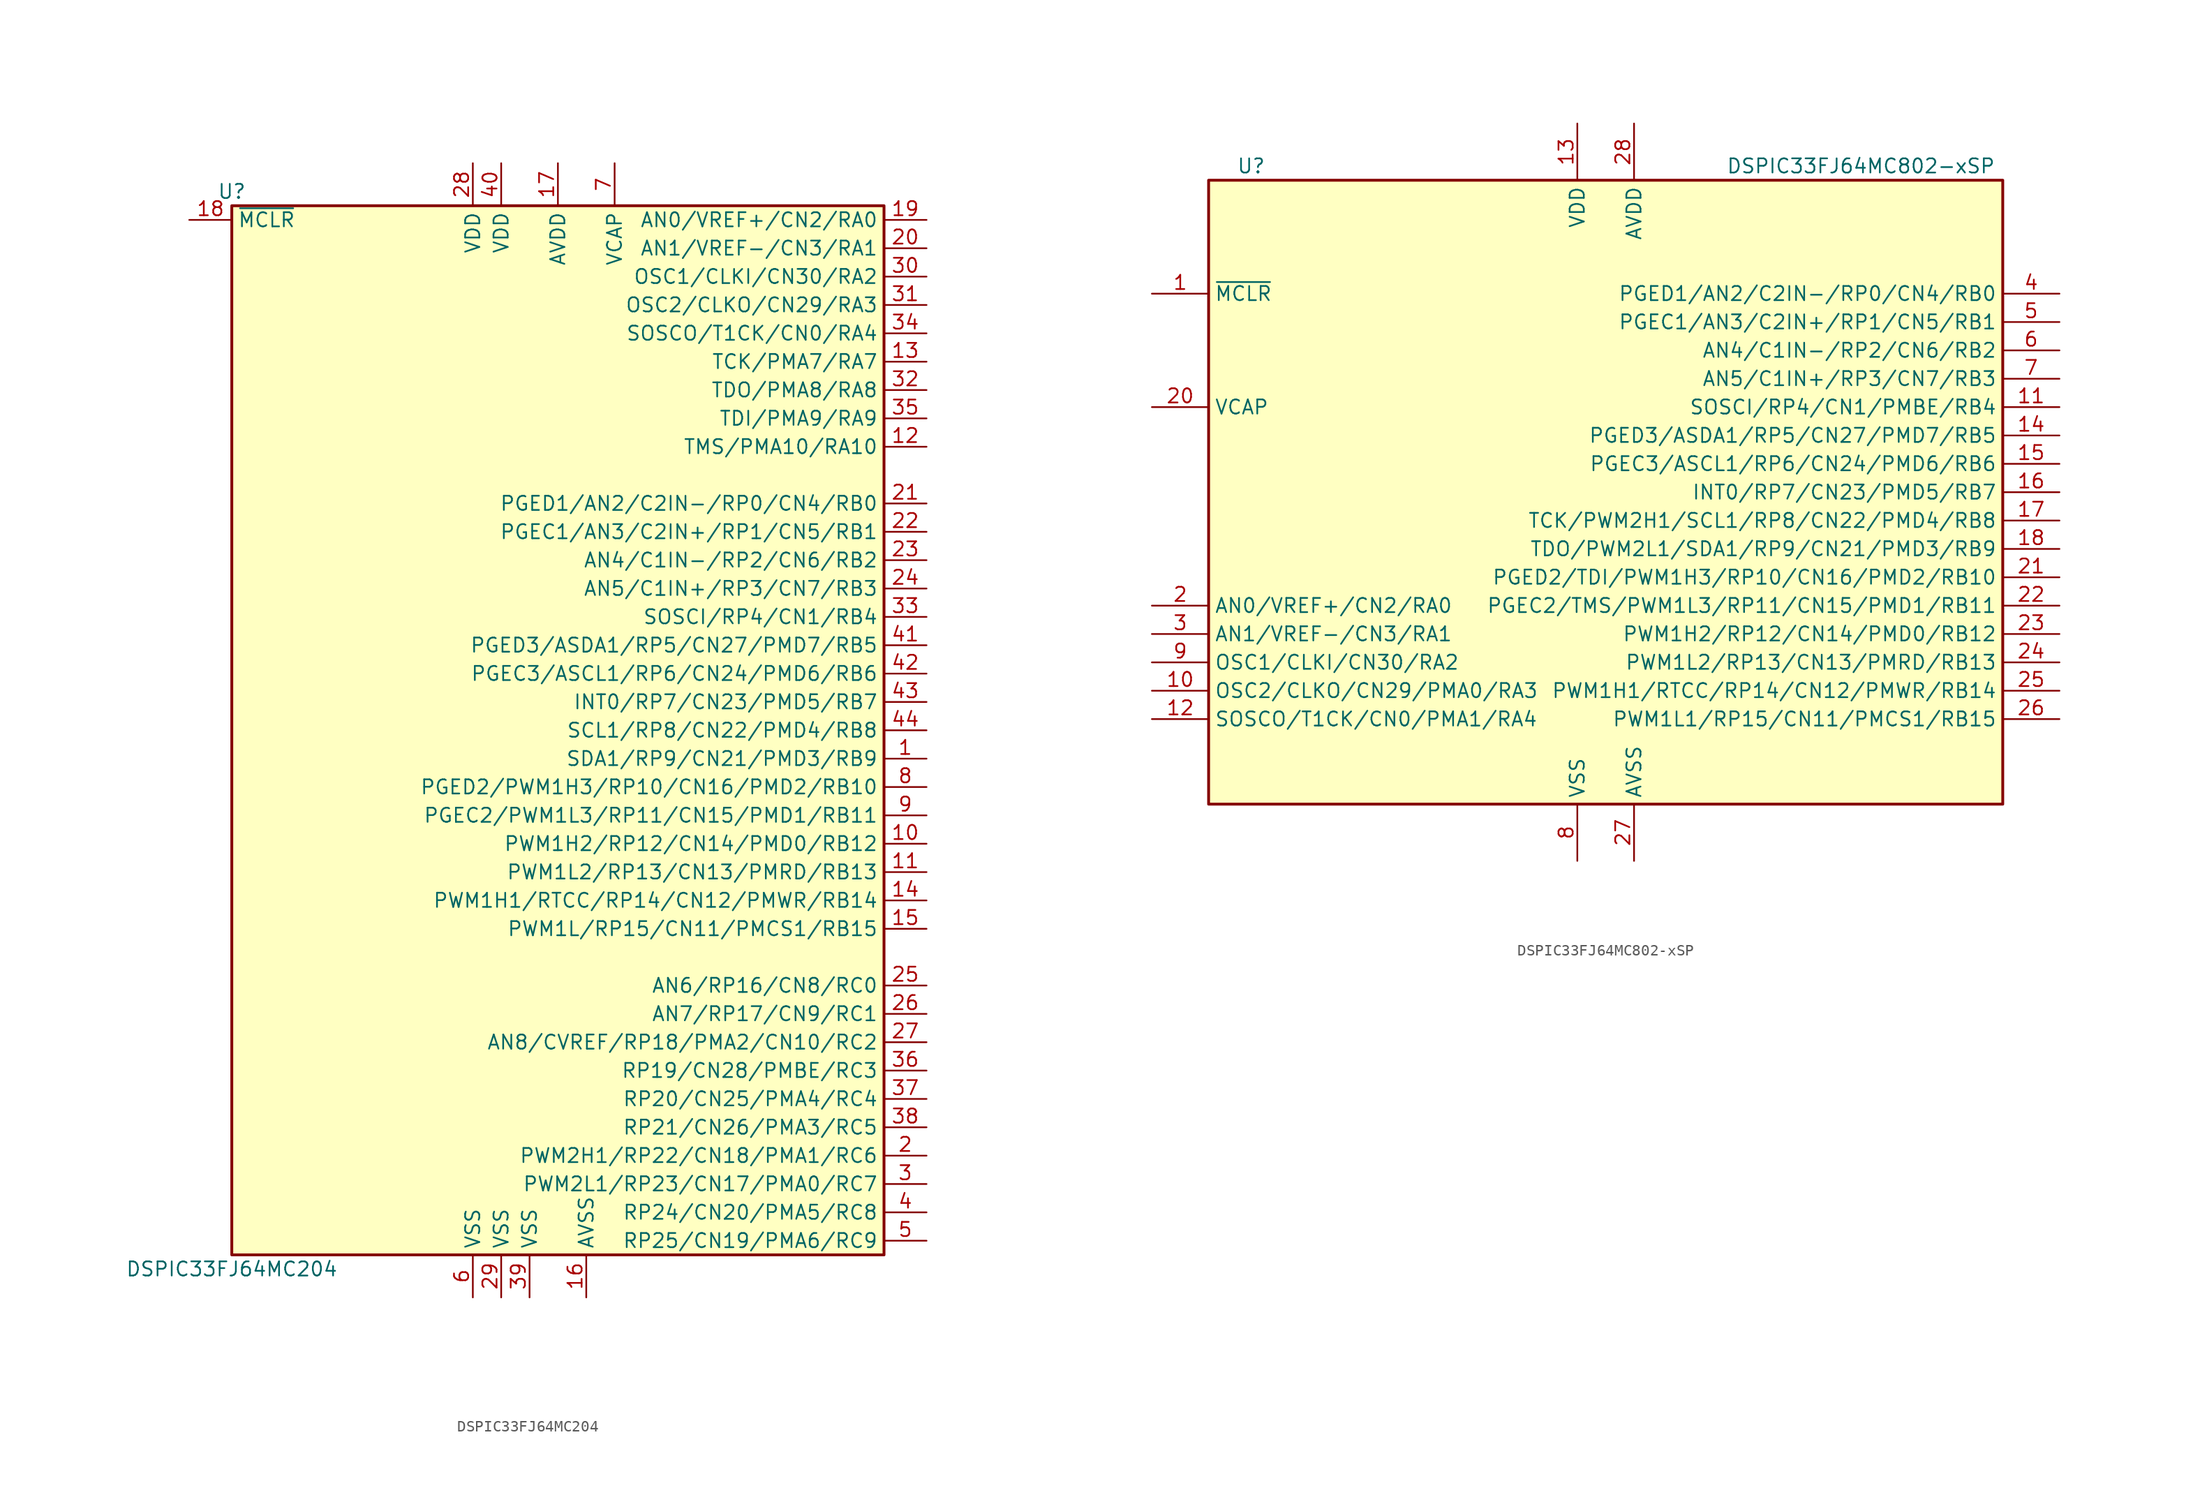
<source format=kicad_sym>
(kicad_symbol_lib
  (version 20211014)
  (generator kicad_symbol_editor)
  (symbol "DSPIC33FJ64MC204"
    (property "Reference" "U"
      (at -29.21 48.26 0)
      (effects (font (size 1.27 1.27))))
    (property "Value" "DSPIC33FJ64MC204"
      (at -29.21 -48.26 0)
      (effects (font (size 1.27 1.27))))
    (symbol "DSPIC33FJ64MC204_1_1"
      (rectangle (start -29.21 46.99) (end 29.21 -46.99) (stroke (width 0.254) (type default) (color 0 0 0 0)) (fill (type background)))
      (pin bidirectional line (at 33.02 -2.54 180) (length 3.81) (name "SDA1/RP9/CN21/PMD3/RB9" (effects (font (size 1.27 1.27)))) (number "1" (effects (font (size 1.27 1.27)))))
      (pin bidirectional line (at 33.02 -10.16 180) (length 3.81) (name "PWM1H2/RP12/CN14/PMD0/RB12" (effects (font (size 1.27 1.27)))) (number "10" (effects (font (size 1.27 1.27)))))
      (pin bidirectional line (at 33.02 -12.7 180) (length 3.81) (name "PWM1L2/RP13/CN13/PMRD/RB13" (effects (font (size 1.27 1.27)))) (number "11" (effects (font (size 1.27 1.27)))))
      (pin bidirectional line (at 33.02 25.4 180) (length 3.81) (name "TMS/PMA10/RA10" (effects (font (size 1.27 1.27)))) (number "12" (effects (font (size 1.27 1.27)))))
      (pin bidirectional line (at 33.02 33.02 180) (length 3.81) (name "TCK/PMA7/RA7" (effects (font (size 1.27 1.27)))) (number "13" (effects (font (size 1.27 1.27)))))
      (pin bidirectional line (at 33.02 -15.24 180) (length 3.81) (name "PWM1H1/RTCC/RP14/CN12/PMWR/RB14" (effects (font (size 1.27 1.27)))) (number "14" (effects (font (size 1.27 1.27)))))
      (pin bidirectional line (at 33.02 -17.78 180) (length 3.81) (name "PWM1L/RP15/CN11/PMCS1/RB15" (effects (font (size 1.27 1.27)))) (number "15" (effects (font (size 1.27 1.27)))))
      (pin power_in line (at 2.54 -50.8 90) (length 3.81) (name "AVSS" (effects (font (size 1.27 1.27)))) (number "16" (effects (font (size 1.27 1.27)))))
      (pin power_in line (at 0 50.8 270) (length 3.81) (name "AVDD" (effects (font (size 1.27 1.27)))) (number "17" (effects (font (size 1.27 1.27)))))
      (pin input line (at -33.02 45.72 0) (length 3.81) (name "~{MCLR}" (effects (font (size 1.27 1.27)))) (number "18" (effects (font (size 1.27 1.27)))))
      (pin bidirectional line (at 33.02 45.72 180) (length 3.81) (name "AN0/VREF+/CN2/RA0" (effects (font (size 1.27 1.27)))) (number "19" (effects (font (size 1.27 1.27)))))
      (pin bidirectional line (at 33.02 -38.1 180) (length 3.81) (name "PWM2H1/RP22/CN18/PMA1/RC6" (effects (font (size 1.27 1.27)))) (number "2" (effects (font (size 1.27 1.27)))))
      (pin bidirectional line (at 33.02 43.18 180) (length 3.81) (name "AN1/VREF-/CN3/RA1" (effects (font (size 1.27 1.27)))) (number "20" (effects (font (size 1.27 1.27)))))
      (pin bidirectional line (at 33.02 20.32 180) (length 3.81) (name "PGED1/AN2/C2IN-/RP0/CN4/RB0" (effects (font (size 1.27 1.27)))) (number "21" (effects (font (size 1.27 1.27)))))
      (pin bidirectional line (at 33.02 17.78 180) (length 3.81) (name "PGEC1/AN3/C2IN+/RP1/CN5/RB1" (effects (font (size 1.27 1.27)))) (number "22" (effects (font (size 1.27 1.27)))))
      (pin bidirectional line (at 33.02 15.24 180) (length 3.81) (name "AN4/C1IN-/RP2/CN6/RB2" (effects (font (size 1.27 1.27)))) (number "23" (effects (font (size 1.27 1.27)))))
      (pin bidirectional line (at 33.02 12.7 180) (length 3.81) (name "AN5/C1IN+/RP3/CN7/RB3" (effects (font (size 1.27 1.27)))) (number "24" (effects (font (size 1.27 1.27)))))
      (pin bidirectional line (at 33.02 -22.86 180) (length 3.81) (name "AN6/RP16/CN8/RC0" (effects (font (size 1.27 1.27)))) (number "25" (effects (font (size 1.27 1.27)))))
      (pin bidirectional line (at 33.02 -25.4 180) (length 3.81) (name "AN7/RP17/CN9/RC1" (effects (font (size 1.27 1.27)))) (number "26" (effects (font (size 1.27 1.27)))))
      (pin bidirectional line (at 33.02 -27.94 180) (length 3.81) (name "AN8/CVREF/RP18/PMA2/CN10/RC2" (effects (font (size 1.27 1.27)))) (number "27" (effects (font (size 1.27 1.27)))))
      (pin power_in line (at -7.62 50.8 270) (length 3.81) (name "VDD" (effects (font (size 1.27 1.27)))) (number "28" (effects (font (size 1.27 1.27)))))
      (pin power_in line (at -5.08 -50.8 90) (length 3.81) (name "VSS" (effects (font (size 1.27 1.27)))) (number "29" (effects (font (size 1.27 1.27)))))
      (pin bidirectional line (at 33.02 -40.64 180) (length 3.81) (name "PWM2L1/RP23/CN17/PMA0/RC7" (effects (font (size 1.27 1.27)))) (number "3" (effects (font (size 1.27 1.27)))))
      (pin input line (at 33.02 40.64 180) (length 3.81) (name "OSC1/CLKI/CN30/RA2" (effects (font (size 1.27 1.27)))) (number "30" (effects (font (size 1.27 1.27)))))
      (pin input line (at 33.02 38.1 180) (length 3.81) (name "OSC2/CLKO/CN29/RA3" (effects (font (size 1.27 1.27)))) (number "31" (effects (font (size 1.27 1.27)))))
      (pin input line (at 33.02 30.48 180) (length 3.81) (name "TDO/PMA8/RA8" (effects (font (size 1.27 1.27)))) (number "32" (effects (font (size 1.27 1.27)))))
      (pin input line (at 33.02 10.16 180) (length 3.81) (name "SOSCI/RP4/CN1/RB4" (effects (font (size 1.27 1.27)))) (number "33" (effects (font (size 1.27 1.27)))))
      (pin input line (at 33.02 35.56 180) (length 3.81) (name "SOSCO/T1CK/CN0/RA4" (effects (font (size 1.27 1.27)))) (number "34" (effects (font (size 1.27 1.27)))))
      (pin input line (at 33.02 27.94 180) (length 3.81) (name "TDI/PMA9/RA9" (effects (font (size 1.27 1.27)))) (number "35" (effects (font (size 1.27 1.27)))))
      (pin input line (at 33.02 -30.48 180) (length 3.81) (name "RP19/CN28/PMBE/RC3" (effects (font (size 1.27 1.27)))) (number "36" (effects (font (size 1.27 1.27)))))
      (pin input line (at 33.02 -33.02 180) (length 3.81) (name "RP20/CN25/PMA4/RC4" (effects (font (size 1.27 1.27)))) (number "37" (effects (font (size 1.27 1.27)))))
      (pin input line (at 33.02 -35.56 180) (length 3.81) (name "RP21/CN26/PMA3/RC5" (effects (font (size 1.27 1.27)))) (number "38" (effects (font (size 1.27 1.27)))))
      (pin power_in line (at -2.54 -50.8 90) (length 3.81) (name "VSS" (effects (font (size 1.27 1.27)))) (number "39" (effects (font (size 1.27 1.27)))))
      (pin bidirectional line (at 33.02 -43.18 180) (length 3.81) (name "RP24/CN20/PMA5/RC8" (effects (font (size 1.27 1.27)))) (number "4" (effects (font (size 1.27 1.27)))))
      (pin power_in line (at -5.08 50.8 270) (length 3.81) (name "VDD" (effects (font (size 1.27 1.27)))) (number "40" (effects (font (size 1.27 1.27)))))
      (pin input line (at 33.02 7.62 180) (length 3.81) (name "PGED3/ASDA1/RP5/CN27/PMD7/RB5" (effects (font (size 1.27 1.27)))) (number "41" (effects (font (size 1.27 1.27)))))
      (pin input line (at 33.02 5.08 180) (length 3.81) (name "PGEC3/ASCL1/RP6/CN24/PMD6/RB6" (effects (font (size 1.27 1.27)))) (number "42" (effects (font (size 1.27 1.27)))))
      (pin input line (at 33.02 2.54 180) (length 3.81) (name "INT0/RP7/CN23/PMD5/RB7" (effects (font (size 1.27 1.27)))) (number "43" (effects (font (size 1.27 1.27)))))
      (pin input line (at 33.02 0 180) (length 3.81) (name "SCL1/RP8/CN22/PMD4/RB8" (effects (font (size 1.27 1.27)))) (number "44" (effects (font (size 1.27 1.27)))))
      (pin bidirectional line (at 33.02 -45.72 180) (length 3.81) (name "RP25/CN19/PMA6/RC9" (effects (font (size 1.27 1.27)))) (number "5" (effects (font (size 1.27 1.27)))))
      (pin power_in line (at -7.62 -50.8 90) (length 3.81) (name "VSS" (effects (font (size 1.27 1.27)))) (number "6" (effects (font (size 1.27 1.27)))))
      (pin power_in line (at 5.08 50.8 270) (length 3.81) (name "VCAP" (effects (font (size 1.27 1.27)))) (number "7" (effects (font (size 1.27 1.27)))))
      (pin bidirectional line (at 33.02 -5.08 180) (length 3.81) (name "PGED2/PWM1H3/RP10/CN16/PMD2/RB10" (effects (font (size 1.27 1.27)))) (number "8" (effects (font (size 1.27 1.27)))))
      (pin bidirectional line (at 33.02 -7.62 180) (length 3.81) (name "PGEC2/PWM1L3/RP11/CN15/PMD1/RB11" (effects (font (size 1.27 1.27)))) (number "9" (effects (font (size 1.27 1.27)))))))
  (symbol "DSPIC33FJ64MC802-xSP"
    (property "Reference" "U"
      (at -31.75 29.21 0)
      (effects (font (size 1.27 1.27))))
    (property "Value" "DSPIC33FJ64MC802-xSP"
      (at 22.86 29.21 0)
      (effects (font (size 1.27 1.27))))
    (symbol "DSPIC33FJ64MC802-xSP_0_1"
      (rectangle (start -35.56 27.94) (end 35.56 -27.94) (stroke (width 0.254) (type default) (color 0 0 0 0)) (fill (type background))))
    (symbol "DSPIC33FJ64MC802-xSP_1_1"
      (pin input line (at -40.64 17.78 0) (length 5.08) (name "~{MCLR}" (effects (font (size 1.27 1.27)))) (number "1" (effects (font (size 1.27 1.27)))))
      (pin bidirectional line (at -40.64 -17.78 0) (length 5.08) (name "OSC2/CLKO/CN29/PMA0/RA3" (effects (font (size 1.27 1.27)))) (number "10" (effects (font (size 1.27 1.27)))))
      (pin bidirectional line (at 40.64 7.62 180) (length 5.08) (name "SOSCI/RP4/CN1/PMBE/RB4" (effects (font (size 1.27 1.27)))) (number "11" (effects (font (size 1.27 1.27)))))
      (pin bidirectional line (at -40.64 -20.32 0) (length 5.08) (name "SOSCO/T1CK/CN0/PMA1/RA4" (effects (font (size 1.27 1.27)))) (number "12" (effects (font (size 1.27 1.27)))))
      (pin power_in line (at -2.54 33.02 270) (length 5.08) (name "VDD" (effects (font (size 1.27 1.27)))) (number "13" (effects (font (size 1.27 1.27)))))
      (pin bidirectional line (at 40.64 5.08 180) (length 5.08) (name "PGED3/ASDA1/RP5/CN27/PMD7/RB5" (effects (font (size 1.27 1.27)))) (number "14" (effects (font (size 1.27 1.27)))))
      (pin bidirectional line (at 40.64 2.54 180) (length 5.08) (name "PGEC3/ASCL1/RP6/CN24/PMD6/RB6" (effects (font (size 1.27 1.27)))) (number "15" (effects (font (size 1.27 1.27)))))
      (pin bidirectional line (at 40.64 0 180) (length 5.08) (name "INT0/RP7/CN23/PMD5/RB7" (effects (font (size 1.27 1.27)))) (number "16" (effects (font (size 1.27 1.27)))))
      (pin bidirectional line (at 40.64 -2.54 180) (length 5.08) (name "TCK/PWM2H1/SCL1/RP8/CN22/PMD4/RB8" (effects (font (size 1.27 1.27)))) (number "17" (effects (font (size 1.27 1.27)))))
      (pin bidirectional line (at 40.64 -5.08 180) (length 5.08) (name "TDO/PWM2L1/SDA1/RP9/CN21/PMD3/RB9" (effects (font (size 1.27 1.27)))) (number "18" (effects (font (size 1.27 1.27)))))
      (pin passive line (at -2.54 -33.02 90) (length 5.08) hide (name "VSS" (effects (font (size 1.27 1.27)))) (number "19" (effects (font (size 1.27 1.27)))))
      (pin bidirectional line (at -40.64 -10.16 0) (length 5.08) (name "AN0/VREF+/CN2/RA0" (effects (font (size 1.27 1.27)))) (number "2" (effects (font (size 1.27 1.27)))))
      (pin passive line (at -40.64 7.62 0) (length 5.08) (name "VCAP" (effects (font (size 1.27 1.27)))) (number "20" (effects (font (size 1.27 1.27)))))
      (pin bidirectional line (at 40.64 -7.62 180) (length 5.08) (name "PGED2/TDI/PWM1H3/RP10/CN16/PMD2/RB10" (effects (font (size 1.27 1.27)))) (number "21" (effects (font (size 1.27 1.27)))))
      (pin bidirectional line (at 40.64 -10.16 180) (length 5.08) (name "PGEC2/TMS/PWM1L3/RP11/CN15/PMD1/RB11" (effects (font (size 1.27 1.27)))) (number "22" (effects (font (size 1.27 1.27)))))
      (pin bidirectional line (at 40.64 -12.7 180) (length 5.08) (name "PWM1H2/RP12/CN14/PMD0/RB12" (effects (font (size 1.27 1.27)))) (number "23" (effects (font (size 1.27 1.27)))))
      (pin bidirectional line (at 40.64 -15.24 180) (length 5.08) (name "PWM1L2/RP13/CN13/PMRD/RB13" (effects (font (size 1.27 1.27)))) (number "24" (effects (font (size 1.27 1.27)))))
      (pin bidirectional line (at 40.64 -17.78 180) (length 5.08) (name "PWM1H1/RTCC/RP14/CN12/PMWR/RB14" (effects (font (size 1.27 1.27)))) (number "25" (effects (font (size 1.27 1.27)))))
      (pin bidirectional line (at 40.64 -20.32 180) (length 5.08) (name "PWM1L1/RP15/CN11/PMCS1/RB15" (effects (font (size 1.27 1.27)))) (number "26" (effects (font (size 1.27 1.27)))))
      (pin power_in line (at 2.54 -33.02 90) (length 5.08) (name "AVSS" (effects (font (size 1.27 1.27)))) (number "27" (effects (font (size 1.27 1.27)))))
      (pin power_in line (at 2.54 33.02 270) (length 5.08) (name "AVDD" (effects (font (size 1.27 1.27)))) (number "28" (effects (font (size 1.27 1.27)))))
      (pin bidirectional line (at -40.64 -12.7 0) (length 5.08) (name "AN1/VREF-/CN3/RA1" (effects (font (size 1.27 1.27)))) (number "3" (effects (font (size 1.27 1.27)))))
      (pin bidirectional line (at 40.64 17.78 180) (length 5.08) (name "PGED1/AN2/C2IN-/RP0/CN4/RB0" (effects (font (size 1.27 1.27)))) (number "4" (effects (font (size 1.27 1.27)))))
      (pin bidirectional line (at 40.64 15.24 180) (length 5.08) (name "PGEC1/AN3/C2IN+/RP1/CN5/RB1" (effects (font (size 1.27 1.27)))) (number "5" (effects (font (size 1.27 1.27)))))
      (pin bidirectional line (at 40.64 12.7 180) (length 5.08) (name "AN4/C1IN-/RP2/CN6/RB2" (effects (font (size 1.27 1.27)))) (number "6" (effects (font (size 1.27 1.27)))))
      (pin bidirectional line (at 40.64 10.16 180) (length 5.08) (name "AN5/C1IN+/RP3/CN7/RB3" (effects (font (size 1.27 1.27)))) (number "7" (effects (font (size 1.27 1.27)))))
      (pin power_in line (at -2.54 -33.02 90) (length 5.08) (name "VSS" (effects (font (size 1.27 1.27)))) (number "8" (effects (font (size 1.27 1.27)))))
      (pin bidirectional line (at -40.64 -15.24 0) (length 5.08) (name "OSC1/CLKI/CN30/RA2" (effects (font (size 1.27 1.27)))) (number "9" (effects (font (size 1.27 1.27))))))))
</source>
